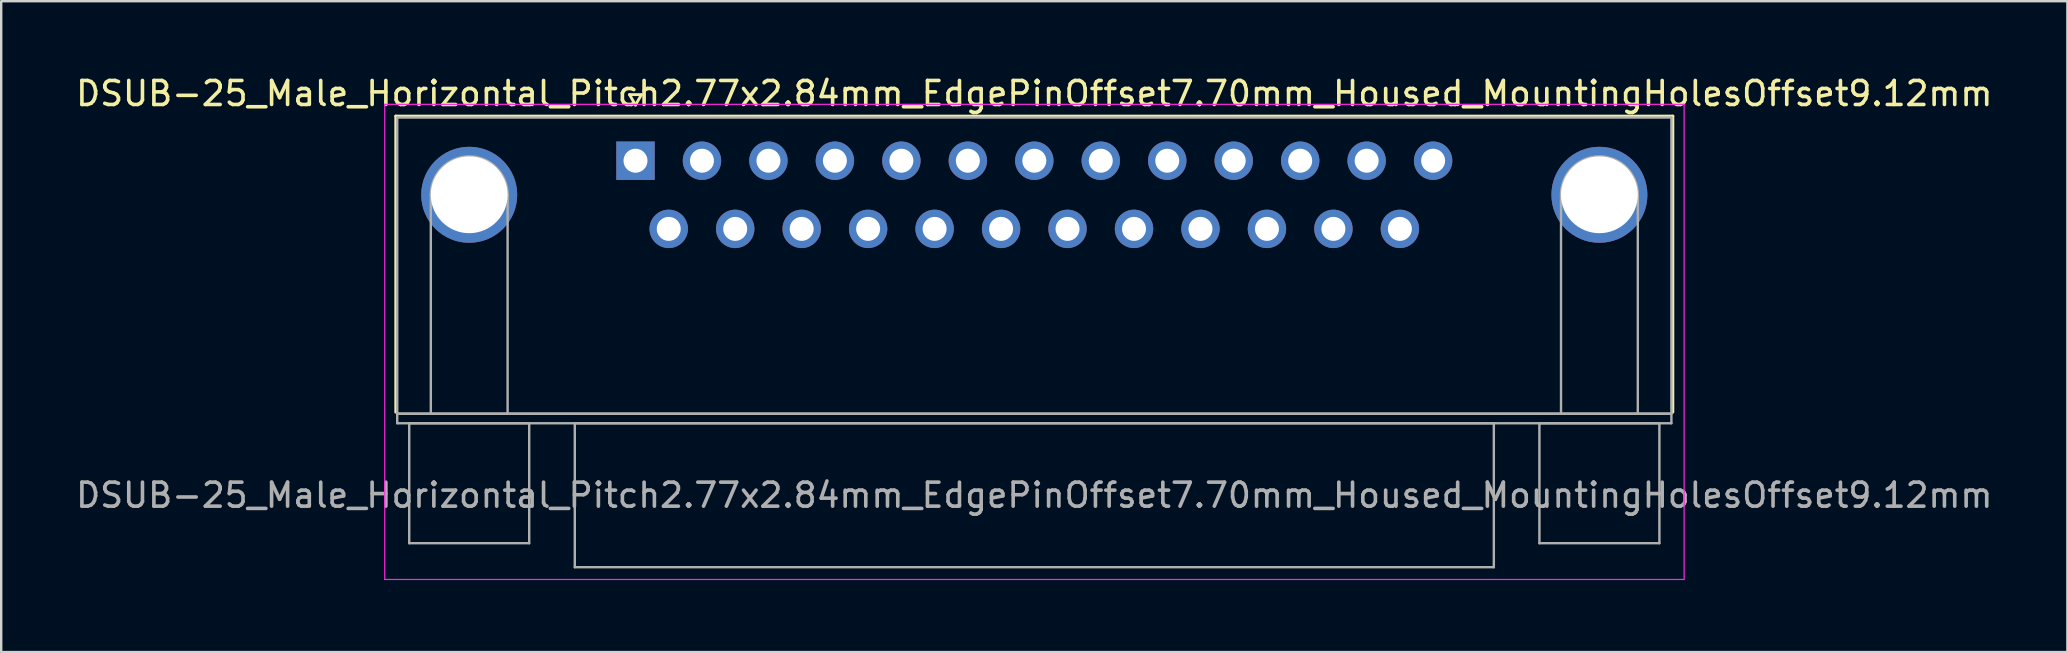
<source format=kicad_pcb>
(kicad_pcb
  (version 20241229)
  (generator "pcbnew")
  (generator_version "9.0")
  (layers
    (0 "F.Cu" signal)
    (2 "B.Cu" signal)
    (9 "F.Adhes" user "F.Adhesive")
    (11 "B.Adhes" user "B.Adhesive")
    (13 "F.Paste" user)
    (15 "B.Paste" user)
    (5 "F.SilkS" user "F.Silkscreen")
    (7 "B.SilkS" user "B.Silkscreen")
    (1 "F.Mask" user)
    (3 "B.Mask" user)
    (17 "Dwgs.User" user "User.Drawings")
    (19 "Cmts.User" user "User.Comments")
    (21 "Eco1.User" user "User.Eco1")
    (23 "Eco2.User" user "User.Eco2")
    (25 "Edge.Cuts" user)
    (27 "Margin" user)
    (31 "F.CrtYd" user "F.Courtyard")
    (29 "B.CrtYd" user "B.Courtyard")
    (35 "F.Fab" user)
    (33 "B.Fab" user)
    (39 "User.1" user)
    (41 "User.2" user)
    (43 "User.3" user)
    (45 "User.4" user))
  (footprint "DSUB-25_Male_Horizontal_Pitch2.77x2.84mm_EdgePinOffset7.70mm_Housed_MountingHolesOffset9.12mm"
    (layer "F.Cu")
    (at 23.434 3.648)
    (property "Reference" "DSUB-25_Male_Horizontal_Pitch2.77x2.84mm_EdgePinOffset7.70mm_Housed_MountingHolesOffset9.12mm" (at 16.62 -2.8 0) (layer "F.SilkS") (effects (font (size 1 1) (thickness 0.15))))
    (attr through_hole)
    (fp_line (start -9.99 -1.86) (end 43.23 -1.86) (stroke (width 0.12) (type solid)) (layer "F.SilkS"))
    (fp_line (start -9.99 10.48) (end -9.99 -1.86) (stroke (width 0.12) (type solid)) (layer "F.SilkS"))
    (fp_line (start -0.25 -2.754) (end 0.25 -2.754) (stroke (width 0.12) (type solid)) (layer "F.SilkS"))
    (fp_line (start 0 -2.321) (end -0.25 -2.754) (stroke (width 0.12) (type solid)) (layer "F.SilkS"))
    (fp_line (start 0.25 -2.754) (end 0 -2.321) (stroke (width 0.12) (type solid)) (layer "F.SilkS"))
    (fp_line (start 43.23 -1.86) (end 43.23 10.48) (stroke (width 0.12) (type solid)) (layer "F.SilkS"))
    (fp_line (start -10.45 -2.35) (end -10.45 17.45) (stroke (width 0.05) (type solid)) (layer "F.CrtYd"))
    (fp_line (start -10.45 17.45) (end 43.7 17.45) (stroke (width 0.05) (type solid)) (layer "F.CrtYd"))
    (fp_line (start 43.7 -2.35) (end -10.45 -2.35) (stroke (width 0.05) (type solid)) (layer "F.CrtYd"))
    (fp_line (start 43.7 17.45) (end 43.7 -2.35) (stroke (width 0.05) (type solid)) (layer "F.CrtYd"))
    (fp_line (start -9.93 -1.8) (end -9.93 10.54) (stroke (width 0.1) (type solid)) (layer "F.Fab"))
    (fp_line (start -9.93 10.54) (end -9.93 10.94) (stroke (width 0.1) (type solid)) (layer "F.Fab"))
    (fp_line (start -9.93 10.54) (end 43.17 10.54) (stroke (width 0.1) (type solid)) (layer "F.Fab"))
    (fp_line (start -9.93 10.94) (end 43.17 10.94) (stroke (width 0.1) (type solid)) (layer "F.Fab"))
    (fp_line (start -9.43 10.94) (end -9.43 15.94) (stroke (width 0.1) (type solid)) (layer "F.Fab"))
    (fp_line (start -9.43 15.94) (end -4.43 15.94) (stroke (width 0.1) (type solid)) (layer "F.Fab"))
    (fp_line (start -8.53 10.54) (end -8.53 1.42) (stroke (width 0.1) (type solid)) (layer "F.Fab"))
    (fp_line (start -5.33 10.54) (end -5.33 1.42) (stroke (width 0.1) (type solid)) (layer "F.Fab"))
    (fp_line (start -4.43 10.94) (end -9.43 10.94) (stroke (width 0.1) (type solid)) (layer "F.Fab"))
    (fp_line (start -4.43 15.94) (end -4.43 10.94) (stroke (width 0.1) (type solid)) (layer "F.Fab"))
    (fp_line (start -2.53 10.94) (end -2.53 16.94) (stroke (width 0.1) (type solid)) (layer "F.Fab"))
    (fp_line (start -2.53 16.94) (end 35.77 16.94) (stroke (width 0.1) (type solid)) (layer "F.Fab"))
    (fp_line (start 35.77 10.94) (end -2.53 10.94) (stroke (width 0.1) (type solid)) (layer "F.Fab"))
    (fp_line (start 35.77 16.94) (end 35.77 10.94) (stroke (width 0.1) (type solid)) (layer "F.Fab"))
    (fp_line (start 37.67 10.94) (end 37.67 15.94) (stroke (width 0.1) (type solid)) (layer "F.Fab"))
    (fp_line (start 37.67 15.94) (end 42.67 15.94) (stroke (width 0.1) (type solid)) (layer "F.Fab"))
    (fp_line (start 38.57 10.54) (end 38.57 1.42) (stroke (width 0.1) (type solid)) (layer "F.Fab"))
    (fp_line (start 41.77 10.54) (end 41.77 1.42) (stroke (width 0.1) (type solid)) (layer "F.Fab"))
    (fp_line (start 42.67 10.94) (end 37.67 10.94) (stroke (width 0.1) (type solid)) (layer "F.Fab"))
    (fp_line (start 42.67 15.94) (end 42.67 10.94) (stroke (width 0.1) (type solid)) (layer "F.Fab"))
    (fp_line (start 43.17 -1.8) (end -9.93 -1.8) (stroke (width 0.1) (type solid)) (layer "F.Fab"))
    (fp_line (start 43.17 10.54) (end -9.93 10.54) (stroke (width 0.1) (type solid)) (layer "F.Fab"))
    (fp_line (start 43.17 10.54) (end 43.17 -1.8) (stroke (width 0.1) (type solid)) (layer "F.Fab"))
    (fp_line (start 43.17 10.94) (end 43.17 10.54) (stroke (width 0.1) (type solid)) (layer "F.Fab"))
    (fp_arc (start -8.53 1.42) (mid -6.93 -0.18) (end -5.33 1.42) (stroke (width 0.1) (type solid)) (layer "F.Fab"))
    (fp_arc (start 38.57 1.42) (mid 40.17 -0.18) (end 41.77 1.42) (stroke (width 0.1) (type solid)) (layer "F.Fab"))
    (fp_text user "${REFERENCE}" (at 16.62 13.94 0) (layer "F.Fab") (effects (font (size 1 1) (thickness 0.15))))
    (pad "0" thru_hole circle (at -6.93 1.42) (size 4 4) (drill 3.2) (layers "*.Cu" "*.Mask"))
    (pad "0" thru_hole circle (at 40.17 1.42) (size 4 4) (drill 3.2) (layers "*.Cu" "*.Mask"))
    (pad "1" thru_hole rect (at 0 0) (size 1.6 1.6) (drill 1) (layers "*.Cu" "*.Mask"))
    (pad "2" thru_hole circle (at 2.77 0) (size 1.6 1.6) (drill 1) (layers "*.Cu" "*.Mask"))
    (pad "3" thru_hole circle (at 5.54 0) (size 1.6 1.6) (drill 1) (layers "*.Cu" "*.Mask"))
    (pad "4" thru_hole circle (at 8.31 0) (size 1.6 1.6) (drill 1) (layers "*.Cu" "*.Mask"))
    (pad "5" thru_hole circle (at 11.08 0) (size 1.6 1.6) (drill 1) (layers "*.Cu" "*.Mask"))
    (pad "6" thru_hole circle (at 13.85 0) (size 1.6 1.6) (drill 1) (layers "*.Cu" "*.Mask"))
    (pad "7" thru_hole circle (at 16.62 0) (size 1.6 1.6) (drill 1) (layers "*.Cu" "*.Mask"))
    (pad "8" thru_hole circle (at 19.39 0) (size 1.6 1.6) (drill 1) (layers "*.Cu" "*.Mask"))
    (pad "9" thru_hole circle (at 22.16 0) (size 1.6 1.6) (drill 1) (layers "*.Cu" "*.Mask"))
    (pad "10" thru_hole circle (at 24.93 0) (size 1.6 1.6) (drill 1) (layers "*.Cu" "*.Mask"))
    (pad "11" thru_hole circle (at 27.7 0) (size 1.6 1.6) (drill 1) (layers "*.Cu" "*.Mask"))
    (pad "12" thru_hole circle (at 30.47 0) (size 1.6 1.6) (drill 1) (layers "*.Cu" "*.Mask"))
    (pad "13" thru_hole circle (at 33.24 0) (size 1.6 1.6) (drill 1) (layers "*.Cu" "*.Mask"))
    (pad "14" thru_hole circle (at 1.385 2.84) (size 1.6 1.6) (drill 1) (layers "*.Cu" "*.Mask"))
    (pad "15" thru_hole circle (at 4.155 2.84) (size 1.6 1.6) (drill 1) (layers "*.Cu" "*.Mask"))
    (pad "16" thru_hole circle (at 6.925 2.84) (size 1.6 1.6) (drill 1) (layers "*.Cu" "*.Mask"))
    (pad "17" thru_hole circle (at 9.695 2.84) (size 1.6 1.6) (drill 1) (layers "*.Cu" "*.Mask"))
    (pad "18" thru_hole circle (at 12.465 2.84) (size 1.6 1.6) (drill 1) (layers "*.Cu" "*.Mask"))
    (pad "19" thru_hole circle (at 15.235 2.84) (size 1.6 1.6) (drill 1) (layers "*.Cu" "*.Mask"))
    (pad "20" thru_hole circle (at 18.005 2.84) (size 1.6 1.6) (drill 1) (layers "*.Cu" "*.Mask"))
    (pad "21" thru_hole circle (at 20.775 2.84) (size 1.6 1.6) (drill 1) (layers "*.Cu" "*.Mask"))
    (pad "22" thru_hole circle (at 23.545 2.84) (size 1.6 1.6) (drill 1) (layers "*.Cu" "*.Mask"))
    (pad "23" thru_hole circle (at 26.315 2.84) (size 1.6 1.6) (drill 1) (layers "*.Cu" "*.Mask"))
    (pad "24" thru_hole circle (at 29.085 2.84) (size 1.6 1.6) (drill 1) (layers "*.Cu" "*.Mask"))
    (pad "25" thru_hole circle (at 31.855 2.84) (size 1.6 1.6) (drill 1) (layers "*.Cu" "*.Mask")))
  (gr_rect
    (start -3 -3)
    (end 83.107 24.123)
    (stroke (width 0.1) (type default))
    (fill no)
    (layer "Edge.Cuts")))
</source>
